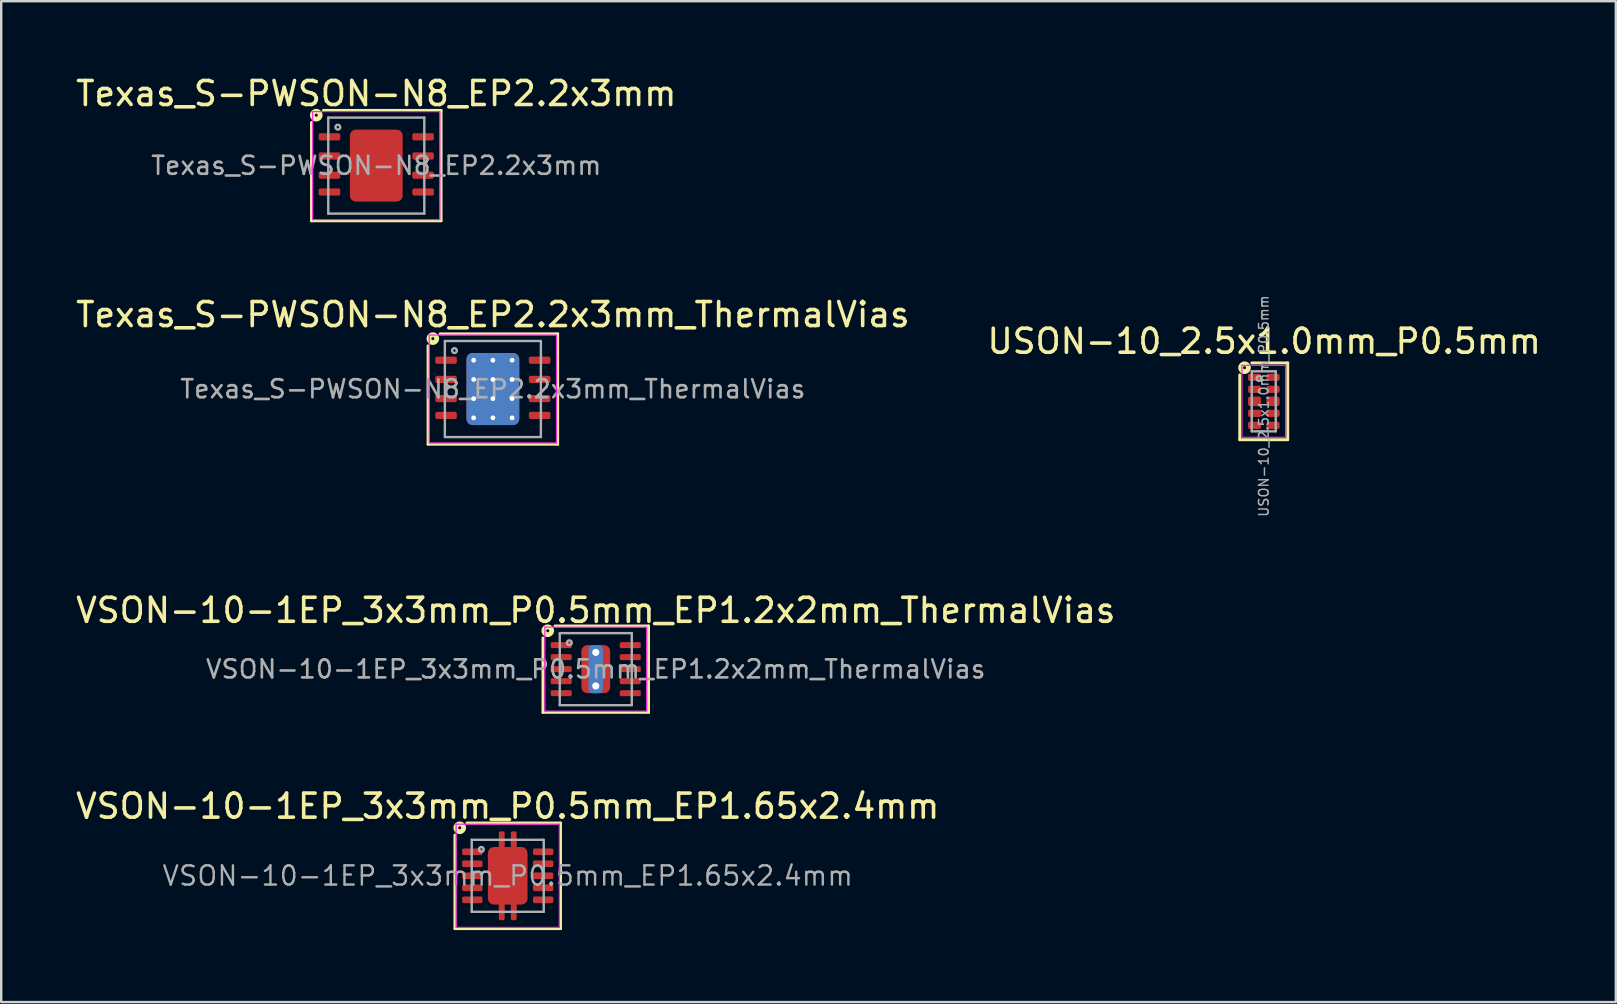
<source format=kicad_pcb>
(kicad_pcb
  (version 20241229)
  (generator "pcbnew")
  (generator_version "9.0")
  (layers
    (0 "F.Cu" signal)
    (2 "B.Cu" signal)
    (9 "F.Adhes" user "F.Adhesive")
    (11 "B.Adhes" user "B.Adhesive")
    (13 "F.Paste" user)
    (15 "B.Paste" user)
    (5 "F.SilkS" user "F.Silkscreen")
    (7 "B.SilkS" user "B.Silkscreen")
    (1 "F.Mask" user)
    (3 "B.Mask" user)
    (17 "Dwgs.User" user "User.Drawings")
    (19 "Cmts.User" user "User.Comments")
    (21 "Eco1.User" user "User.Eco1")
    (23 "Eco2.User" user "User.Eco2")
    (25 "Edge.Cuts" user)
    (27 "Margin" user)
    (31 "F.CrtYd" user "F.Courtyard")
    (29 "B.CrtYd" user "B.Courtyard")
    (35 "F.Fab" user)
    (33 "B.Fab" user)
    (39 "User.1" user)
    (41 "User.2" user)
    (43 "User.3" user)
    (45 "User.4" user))
  (footprint "Texas_S-PWSON-N8_EP2.2x3mm"
    (layer "F.Cu")
    (at 12.625 3.848)
    (property "Reference" "Texas_S-PWSON-N8_EP2.2x3mm" (at 0 -3 0) (layer "F.SilkS") (effects (font (size 1 1) (thickness 0.15))))
    (attr smd)
    (fp_line (start -2.7 2.3) (end -2.7 -1.8) (stroke (width 0.12) (type solid)) (layer "F.SilkS"))
    (fp_line (start -2.2 -2.3) (end 2.7 -2.3) (stroke (width 0.12) (type solid)) (layer "F.SilkS"))
    (fp_line (start 2.7 -2.3) (end 2.7 2.3) (stroke (width 0.12) (type solid)) (layer "F.SilkS"))
    (fp_line (start 2.7 2.3) (end -2.7 2.3) (stroke (width 0.12) (type solid)) (layer "F.SilkS"))
    (fp_circle (center -2.5 -2.1) (end -2.437 -2.1) (stroke (width 0.2) (type solid)) (fill no) (layer "F.SilkS"))
    (fp_rect (start -2.65 -2.25) (end 2.65 2.25) (stroke (width 0.05) (type solid)) (fill no) (layer "F.CrtYd"))
    (fp_line (start -2 -2) (end 2 -2) (stroke (width 0.1) (type solid)) (layer "F.Fab"))
    (fp_line (start -2 2) (end -2 -2) (stroke (width 0.1) (type solid)) (layer "F.Fab"))
    (fp_line (start 2 -2) (end 2 2) (stroke (width 0.1) (type solid)) (layer "F.Fab"))
    (fp_line (start 2 2) (end -2 2) (stroke (width 0.1) (type solid)) (layer "F.Fab"))
    (fp_circle (center -1.6 -1.6) (end -1.5 -1.6) (stroke (width 0.1) (type solid)) (fill no) (layer "F.Fab"))
    (fp_text user "${REFERENCE}" (at 0 0 0) (layer "F.Fab") (effects (font (size 0.75 0.75) (thickness 0.11))))
    (pad "" smd roundrect (at -0.6 -0.8) (size 0.9 1.3) (layers "F.Paste") (roundrect_rratio 0.25))
    (pad "" smd roundrect (at -0.6 0.8) (size 0.9 1.3) (layers "F.Paste") (roundrect_rratio 0.25))
    (pad "" smd roundrect (at 0.6 -0.8) (size 0.9 1.3) (layers "F.Paste") (roundrect_rratio 0.25))
    (pad "" smd roundrect (at 0.6 0.8) (size 0.9 1.3) (layers "F.Paste") (roundrect_rratio 0.25))
    (pad "1" smd roundrect (at -1.95 -1.2) (size 0.9 0.3) (layers "F.Cu" "F.Mask" "F.Paste") (roundrect_rratio 0.25))
    (pad "2" smd roundrect (at -1.95 -0.4) (size 0.9 0.3) (layers "F.Cu" "F.Mask" "F.Paste") (roundrect_rratio 0.25))
    (pad "3" smd roundrect (at -1.95 0.4) (size 0.9 0.3) (layers "F.Cu" "F.Mask" "F.Paste") (roundrect_rratio 0.25))
    (pad "4" smd roundrect (at -1.95 1.1) (size 0.9 0.3) (layers "F.Cu" "F.Mask" "F.Paste") (roundrect_rratio 0.25))
    (pad "5" smd roundrect (at 1.95 1.1) (size 0.9 0.3) (layers "F.Cu" "F.Mask" "F.Paste") (roundrect_rratio 0.25))
    (pad "6" smd roundrect (at 1.95 0.4) (size 0.9 0.3) (layers "F.Cu" "F.Mask" "F.Paste") (roundrect_rratio 0.25))
    (pad "7" smd roundrect (at 1.95 -0.4) (size 0.9 0.3) (layers "F.Cu" "F.Mask" "F.Paste") (roundrect_rratio 0.25))
    (pad "8" smd roundrect (at 1.95 -1.2) (size 0.9 0.3) (layers "F.Cu" "F.Mask" "F.Paste") (roundrect_rratio 0.25))
    (pad "9" smd roundrect (at 0 0) (size 2.2 3) (layers "F.Cu" "F.Mask") (roundrect_rratio 0.114)))
  (footprint "Texas_S-PWSON-N8_EP2.2x3mm_ThermalVias"
    (layer "F.Cu")
    (at 17.482 13.156)
    (property "Reference" "Texas_S-PWSON-N8_EP2.2x3mm_ThermalVias" (at 0 -3.1 0) (layer "F.SilkS") (effects (font (size 1 1) (thickness 0.15))))
    (attr smd)
    (fp_line (start -2.7 2.3) (end -2.7 -1.8) (stroke (width 0.12) (type solid)) (layer "F.SilkS"))
    (fp_line (start -2.2 -2.3) (end 2.7 -2.3) (stroke (width 0.12) (type solid)) (layer "F.SilkS"))
    (fp_line (start 2.7 -2.3) (end 2.7 2.3) (stroke (width 0.12) (type solid)) (layer "F.SilkS"))
    (fp_line (start 2.7 2.3) (end -2.7 2.3) (stroke (width 0.12) (type solid)) (layer "F.SilkS"))
    (fp_circle (center -2.5 -2.1) (end -2.437 -2.1) (stroke (width 0.2) (type solid)) (fill no) (layer "F.SilkS"))
    (fp_rect (start -2.65 -2.25) (end 2.65 2.25) (stroke (width 0.05) (type solid)) (fill no) (layer "F.CrtYd"))
    (fp_line (start -2 -2) (end 2 -2) (stroke (width 0.1) (type solid)) (layer "F.Fab"))
    (fp_line (start -2 2) (end -2 -2) (stroke (width 0.1) (type solid)) (layer "F.Fab"))
    (fp_line (start 2 -2) (end 2 2) (stroke (width 0.1) (type solid)) (layer "F.Fab"))
    (fp_line (start 2 2) (end -2 2) (stroke (width 0.1) (type solid)) (layer "F.Fab"))
    (fp_circle (center -1.6 -1.6) (end -1.5 -1.6) (stroke (width 0.1) (type solid)) (fill no) (layer "F.Fab"))
    (fp_text user "${REFERENCE}" (at 0 0 0) (layer "F.Fab") (effects (font (size 0.75 0.75) (thickness 0.11))))
    (pad "" smd roundrect (at -0.6 -0.8) (size 0.9 1.3) (layers "F.Paste") (roundrect_rratio 0.25))
    (pad "" smd roundrect (at -0.6 0.8) (size 0.9 1.3) (layers "F.Paste") (roundrect_rratio 0.25))
    (pad "" smd roundrect (at 0.6 -0.8) (size 0.9 1.3) (layers "F.Paste") (roundrect_rratio 0.25))
    (pad "" smd roundrect (at 0.6 0.8) (size 0.9 1.3) (layers "F.Paste") (roundrect_rratio 0.25))
    (pad "1" smd roundrect (at -1.95 -1.2) (size 0.9 0.3) (layers "F.Cu" "F.Mask" "F.Paste") (roundrect_rratio 0.25))
    (pad "2" smd roundrect (at -1.95 -0.4) (size 0.9 0.3) (layers "F.Cu" "F.Mask" "F.Paste") (roundrect_rratio 0.25))
    (pad "3" smd roundrect (at -1.95 0.4) (size 0.9 0.3) (layers "F.Cu" "F.Mask" "F.Paste") (roundrect_rratio 0.25))
    (pad "4" smd roundrect (at -1.95 1.1) (size 0.9 0.3) (layers "F.Cu" "F.Mask" "F.Paste") (roundrect_rratio 0.25))
    (pad "5" smd roundrect (at 1.95 1.1) (size 0.9 0.3) (layers "F.Cu" "F.Mask" "F.Paste") (roundrect_rratio 0.25))
    (pad "6" smd roundrect (at 1.95 0.4) (size 0.9 0.3) (layers "F.Cu" "F.Mask" "F.Paste") (roundrect_rratio 0.25))
    (pad "7" smd roundrect (at 1.95 -0.4) (size 0.9 0.3) (layers "F.Cu" "F.Mask" "F.Paste") (roundrect_rratio 0.25))
    (pad "8" smd roundrect (at 1.95 -1.2) (size 0.9 0.3) (layers "F.Cu" "F.Mask" "F.Paste") (roundrect_rratio 0.25))
    (pad "9" thru_hole circle (at -0.8 -1.2) (size 0.5 0.5) (drill 0.2) (property pad_prop_heatsink) (layers "*.Cu"))
    (pad "9" thru_hole circle (at -0.8 -0.4) (size 0.5 0.5) (drill 0.2) (property pad_prop_heatsink) (layers "*.Cu"))
    (pad "9" thru_hole circle (at -0.8 0.4) (size 0.5 0.5) (drill 0.2) (property pad_prop_heatsink) (layers "*.Cu"))
    (pad "9" thru_hole circle (at -0.8 1.2) (size 0.5 0.5) (drill 0.2) (property pad_prop_heatsink) (layers "*.Cu"))
    (pad "9" thru_hole circle (at 0 -1.2) (size 0.5 0.5) (drill 0.2) (property pad_prop_heatsink) (layers "*.Cu"))
    (pad "9" thru_hole circle (at 0 -0.4) (size 0.5 0.5) (drill 0.2) (property pad_prop_heatsink) (layers "*.Cu"))
    (pad "9" smd roundrect (at 0 0) (size 2.2 3) (layers "F.Cu" "F.Mask") (roundrect_rratio 0.114))
    (pad "9" smd roundrect (at 0 0) (size 2.2 3) (layers "B.Cu" "B.Mask") (roundrect_rratio 0.114))
    (pad "9" thru_hole circle (at 0 0.4) (size 0.5 0.5) (drill 0.2) (property pad_prop_heatsink) (layers "*.Cu"))
    (pad "9" thru_hole circle (at 0 1.2) (size 0.5 0.5) (drill 0.2) (property pad_prop_heatsink) (layers "*.Cu"))
    (pad "9" thru_hole circle (at 0.8 -1.2) (size 0.5 0.5) (drill 0.2) (property pad_prop_heatsink) (layers "*.Cu"))
    (pad "9" thru_hole circle (at 0.8 -0.4) (size 0.5 0.5) (drill 0.2) (property pad_prop_heatsink) (layers "*.Cu"))
    (pad "9" thru_hole circle (at 0.8 0.4) (size 0.5 0.5) (drill 0.2) (property pad_prop_heatsink) (layers "*.Cu"))
    (pad "9" thru_hole circle (at 0.8 1.2) (size 0.5 0.5) (drill 0.2) (property pad_prop_heatsink) (layers "*.Cu")))
  (footprint "USON-10_2.5x1.0mm_P0.5mm"
    (layer "F.Cu")
    (at 49.595 13.668)
    (property "Reference" "USON-10_2.5x1.0mm_P0.5mm" (at 0.018 -2.5 0) (layer "F.SilkS") (effects (font (size 1 1) (thickness 0.15))))
    (attr smd)
    (fp_line (start -1 1.6) (end -1 -1.1) (stroke (width 0.12) (type solid)) (layer "F.SilkS"))
    (fp_line (start -0.5 -1.6) (end 1 -1.6) (stroke (width 0.12) (type solid)) (layer "F.SilkS"))
    (fp_line (start 1 -1.6) (end 1 1.6) (stroke (width 0.12) (type solid)) (layer "F.SilkS"))
    (fp_line (start 1 1.6) (end -1 1.6) (stroke (width 0.12) (type solid)) (layer "F.SilkS"))
    (fp_circle (center -0.8 -1.4) (end -0.737 -1.4) (stroke (width 0.2) (type solid)) (fill no) (layer "F.SilkS"))
    (fp_line (start -0.91 -1.5) (end 0.91 -1.5) (stroke (width 0.05) (type solid)) (layer "F.CrtYd"))
    (fp_line (start -0.91 1.5) (end -0.91 -1.5) (stroke (width 0.05) (type solid)) (layer "F.CrtYd"))
    (fp_line (start 0.91 -1.5) (end 0.91 1.5) (stroke (width 0.05) (type solid)) (layer "F.CrtYd"))
    (fp_line (start 0.91 1.5) (end -0.91 1.5) (stroke (width 0.05) (type solid)) (layer "F.CrtYd"))
    (fp_line (start -0.5 -1.25) (end -0.5 1.25) (stroke (width 0.1) (type solid)) (layer "F.Fab"))
    (fp_line (start -0.5 1.25) (end 0.5 1.25) (stroke (width 0.1) (type solid)) (layer "F.Fab"))
    (fp_line (start 0.5 -1.25) (end -0.5 -1.25) (stroke (width 0.1) (type solid)) (layer "F.Fab"))
    (fp_line (start 0.5 -1.25) (end 0.5 1.25) (stroke (width 0.1) (type solid)) (layer "F.Fab"))
    (fp_circle (center -0.2 -0.95) (end -0.1 -0.95) (stroke (width 0.1) (type solid)) (fill no) (layer "F.Fab"))
    (fp_text user "${REFERENCE}" (at 0 0.2 90) (layer "F.Fab") (effects (font (size 0.4 0.4) (thickness 0.06))))
    (pad "1" smd roundrect (at -0.385 -1 270) (size 0.3 0.55) (layers "F.Cu" "F.Mask" "F.Paste") (roundrect_rratio 0.25))
    (pad "2" smd roundrect (at -0.385 -0.5 270) (size 0.3 0.55) (layers "F.Cu" "F.Mask" "F.Paste") (roundrect_rratio 0.25))
    (pad "3" smd roundrect (at -0.385 0 270) (size 0.4 0.55) (layers "F.Cu" "F.Mask" "F.Paste") (roundrect_rratio 0.25))
    (pad "4" smd roundrect (at -0.385 0.5 270) (size 0.3 0.55) (layers "F.Cu" "F.Mask" "F.Paste") (roundrect_rratio 0.25))
    (pad "5" smd roundrect (at -0.385 1 270) (size 0.3 0.55) (layers "F.Cu" "F.Mask" "F.Paste") (roundrect_rratio 0.25))
    (pad "6" smd roundrect (at 0.385 1 270) (size 0.3 0.55) (layers "F.Cu" "F.Mask" "F.Paste") (roundrect_rratio 0.25))
    (pad "7" smd roundrect (at 0.385 0.5 270) (size 0.3 0.55) (layers "F.Cu" "F.Mask" "F.Paste") (roundrect_rratio 0.25))
    (pad "8" smd roundrect (at 0.385 0 270) (size 0.4 0.55) (layers "F.Cu" "F.Mask" "F.Paste") (roundrect_rratio 0.25))
    (pad "9" smd roundrect (at 0.385 -0.5 270) (size 0.3 0.55) (layers "F.Cu" "F.Mask" "F.Paste") (roundrect_rratio 0.25))
    (pad "10" smd roundrect (at 0.385 -1 270) (size 0.3 0.55) (layers "F.Cu" "F.Mask" "F.Paste") (roundrect_rratio 0.25)))
  (footprint "VSON-10-1EP_3x3mm_P0.5mm_EP1.2x2mm_ThermalVias"
    (layer "F.Cu")
    (at 21.768 24.826)
    (property "Reference" "VSON-10-1EP_3x3mm_P0.5mm_EP1.2x2mm_ThermalVias" (at 0 -2.45 0) (layer "F.SilkS") (effects (font (size 1 1) (thickness 0.15))))
    (attr smd)
    (fp_line (start -2.2 1.8) (end -2.2 -1.3) (stroke (width 0.12) (type solid)) (layer "F.SilkS"))
    (fp_line (start -1.7 -1.8) (end 2.2 -1.8) (stroke (width 0.12) (type solid)) (layer "F.SilkS"))
    (fp_line (start 2.2 -1.8) (end 2.2 1.8) (stroke (width 0.12) (type solid)) (layer "F.SilkS"))
    (fp_line (start 2.2 1.8) (end -2.2 1.8) (stroke (width 0.12) (type solid)) (layer "F.SilkS"))
    (fp_circle (center -2 -1.6) (end -1.937 -1.6) (stroke (width 0.2) (type solid)) (fill no) (layer "F.SilkS"))
    (fp_line (start -2.12 -1.75) (end -2.12 1.75) (stroke (width 0.05) (type solid)) (layer "F.CrtYd"))
    (fp_line (start -2.12 1.75) (end 2.12 1.75) (stroke (width 0.05) (type solid)) (layer "F.CrtYd"))
    (fp_line (start 2.12 -1.75) (end -2.12 -1.75) (stroke (width 0.05) (type solid)) (layer "F.CrtYd"))
    (fp_line (start 2.12 1.75) (end 2.12 -1.75) (stroke (width 0.05) (type solid)) (layer "F.CrtYd"))
    (fp_line (start -1.5 -1.5) (end 1.5 -1.5) (stroke (width 0.1) (type solid)) (layer "F.Fab"))
    (fp_line (start -1.5 1.5) (end -1.5 -1.5) (stroke (width 0.1) (type solid)) (layer "F.Fab"))
    (fp_line (start 1.5 -1.5) (end 1.5 1.5) (stroke (width 0.1) (type solid)) (layer "F.Fab"))
    (fp_line (start 1.5 1.5) (end -1.5 1.5) (stroke (width 0.1) (type solid)) (layer "F.Fab"))
    (fp_circle (center -1.1 -1.1) (end -1 -1.1) (stroke (width 0.1) (type solid)) (fill no) (layer "F.Fab"))
    (fp_text user "${REFERENCE}" (at 0 0 0) (layer "F.Fab") (effects (font (size 0.75 0.75) (thickness 0.11))))
    (pad "" smd roundrect (at -0.3 -0.5) (size 0.52 0.87) (layers "F.Paste") (roundrect_rratio 0.25))
    (pad "" smd roundrect (at -0.3 0.5) (size 0.52 0.87) (layers "F.Paste") (roundrect_rratio 0.25))
    (pad "" smd roundrect (at 0.3 -0.5) (size 0.52 0.87) (layers "F.Paste") (roundrect_rratio 0.25))
    (pad "" smd roundrect (at 0.3 0.5) (size 0.52 0.87) (layers "F.Paste") (roundrect_rratio 0.25))
    (pad "1" smd roundrect (at -1.438 -1) (size 0.875 0.25) (layers "F.Cu" "F.Mask" "F.Paste") (roundrect_rratio 0.25))
    (pad "2" smd roundrect (at -1.438 -0.5) (size 0.875 0.25) (layers "F.Cu" "F.Mask" "F.Paste") (roundrect_rratio 0.25))
    (pad "3" smd roundrect (at -1.438 0) (size 0.875 0.25) (layers "F.Cu" "F.Mask" "F.Paste") (roundrect_rratio 0.25))
    (pad "4" smd roundrect (at -1.438 0.5) (size 0.875 0.25) (layers "F.Cu" "F.Mask" "F.Paste") (roundrect_rratio 0.25))
    (pad "5" smd roundrect (at -1.438 1) (size 0.875 0.25) (layers "F.Cu" "F.Mask" "F.Paste") (roundrect_rratio 0.25))
    (pad "6" smd roundrect (at 1.438 1) (size 0.875 0.25) (layers "F.Cu" "F.Mask" "F.Paste") (roundrect_rratio 0.25))
    (pad "7" smd roundrect (at 1.438 0.5) (size 0.875 0.25) (layers "F.Cu" "F.Mask" "F.Paste") (roundrect_rratio 0.25))
    (pad "8" smd roundrect (at 1.438 0) (size 0.875 0.25) (layers "F.Cu" "F.Mask" "F.Paste") (roundrect_rratio 0.25))
    (pad "9" smd roundrect (at 1.438 -0.5) (size 0.875 0.25) (layers "F.Cu" "F.Mask" "F.Paste") (roundrect_rratio 0.25))
    (pad "10" smd roundrect (at 1.438 -1) (size 0.875 0.25) (layers "F.Cu" "F.Mask" "F.Paste") (roundrect_rratio 0.25))
    (pad "11" thru_hole circle (at 0 -0.7) (size 0.6 0.6) (drill 0.3) (property pad_prop_heatsink) (layers "*.Cu"))
    (pad "11" smd roundrect (at 0 0) (size 0.6 2) (layers "B.Cu" "B.Mask") (roundrect_rratio 0.25))
    (pad "11" smd roundrect (at 0 0) (size 1.2 2) (layers "F.Cu" "F.Mask") (roundrect_rratio 0.208))
    (pad "11" thru_hole circle (at 0 0.7) (size 0.6 0.6) (drill 0.3) (property pad_prop_heatsink) (layers "*.Cu")))
  (footprint "VSON-10-1EP_3x3mm_P0.5mm_EP1.65x2.4mm"
    (layer "F.Cu")
    (at 18.101 33.434)
    (property "Reference" "VSON-10-1EP_3x3mm_P0.5mm_EP1.65x2.4mm" (at 0 -2.9 0) (layer "F.SilkS") (effects (font (size 1 1) (thickness 0.15))))
    (attr smd)
    (fp_line (start -2.2 2.2) (end -2.2 -1.7) (stroke (width 0.12) (type solid)) (layer "F.SilkS"))
    (fp_line (start -1.7 -2.2) (end 2.2 -2.2) (stroke (width 0.12) (type solid)) (layer "F.SilkS"))
    (fp_line (start 2.2 -2.2) (end 2.2 2.2) (stroke (width 0.12) (type solid)) (layer "F.SilkS"))
    (fp_line (start 2.2 2.2) (end -2.2 2.2) (stroke (width 0.12) (type solid)) (layer "F.SilkS"))
    (fp_circle (center -2 -2) (end -1.937 -2) (stroke (width 0.2) (type solid)) (fill no) (layer "F.SilkS"))
    (fp_line (start -2.15 -2.15) (end 2.15 -2.15) (stroke (width 0.05) (type solid)) (layer "F.CrtYd"))
    (fp_line (start -2.15 2.15) (end -2.15 -2.15) (stroke (width 0.05) (type solid)) (layer "F.CrtYd"))
    (fp_line (start 2.15 -2.15) (end 2.15 2.15) (stroke (width 0.05) (type solid)) (layer "F.CrtYd"))
    (fp_line (start 2.15 2.15) (end -2.15 2.15) (stroke (width 0.05) (type solid)) (layer "F.CrtYd"))
    (fp_line (start -1.5 -1.5) (end -1.5 1.5) (stroke (width 0.1) (type solid)) (layer "F.Fab"))
    (fp_line (start -1.5 -1.5) (end 1.5 -1.5) (stroke (width 0.1) (type solid)) (layer "F.Fab"))
    (fp_line (start -1.5 1.5) (end 1.5 1.5) (stroke (width 0.1) (type solid)) (layer "F.Fab"))
    (fp_line (start 1.5 -1.5) (end 1.5 1.5) (stroke (width 0.1) (type solid)) (layer "F.Fab"))
    (fp_circle (center -1.1 -1.1) (end -1 -1.1) (stroke (width 0.1) (type solid)) (fill no) (layer "F.Fab"))
    (fp_text user "${REFERENCE}" (at 0 0 0) (layer "F.Fab") (effects (font (size 0.8 0.8) (thickness 0.1))))
    (pad "" smd roundrect (at 0 -0.6) (size 1.5 1) (layers "F.Paste") (roundrect_rratio 0.1))
    (pad "" smd roundrect (at 0 0.6) (size 1.5 1) (layers "F.Paste") (roundrect_rratio 0.1))
    (pad "1" smd roundrect (at -1.475 -1) (size 0.85 0.28) (layers "F.Cu" "F.Mask" "F.Paste") (roundrect_rratio 0.25))
    (pad "2" smd roundrect (at -1.475 -0.5) (size 0.85 0.28) (layers "F.Cu" "F.Mask" "F.Paste") (roundrect_rratio 0.25))
    (pad "3" smd roundrect (at -1.475 0) (size 0.85 0.28) (layers "F.Cu" "F.Mask" "F.Paste") (roundrect_rratio 0.25))
    (pad "4" smd roundrect (at -1.475 0.5) (size 0.85 0.28) (layers "F.Cu" "F.Mask" "F.Paste") (roundrect_rratio 0.25))
    (pad "5" smd roundrect (at -1.475 1) (size 0.85 0.28) (layers "F.Cu" "F.Mask" "F.Paste") (roundrect_rratio 0.25))
    (pad "6" smd roundrect (at 1.475 1) (size 0.85 0.28) (layers "F.Cu" "F.Mask" "F.Paste") (roundrect_rratio 0.25))
    (pad "7" smd roundrect (at 1.475 0.5) (size 0.85 0.28) (layers "F.Cu" "F.Mask" "F.Paste") (roundrect_rratio 0.25))
    (pad "8" smd roundrect (at 1.475 0) (size 0.85 0.28) (layers "F.Cu" "F.Mask" "F.Paste") (roundrect_rratio 0.25))
    (pad "9" smd roundrect (at 1.475 -0.5) (size 0.85 0.28) (layers "F.Cu" "F.Mask" "F.Paste") (roundrect_rratio 0.25))
    (pad "10" smd roundrect (at 1.475 -1) (size 0.85 0.28) (layers "F.Cu" "F.Mask" "F.Paste") (roundrect_rratio 0.25))
    (pad "11" smd roundrect (at -0.25 -1.55 90) (size 0.6 0.24) (layers "F.Cu" "F.Mask" "F.Paste") (roundrect_rratio 0.25))
    (pad "11" smd rect (at -0.25 -1.24 90) (size 0.5 0.24) (layers "F.Cu" "F.Mask"))
    (pad "11" smd rect (at -0.25 1.18 90) (size 0.5 0.24) (layers "F.Cu" "F.Mask"))
    (pad "11" smd roundrect (at -0.25 1.55 90) (size 0.6 0.24) (layers "F.Cu" "F.Mask" "F.Paste") (roundrect_rratio 0.25))
    (pad "11" smd roundrect (at 0 0) (size 1.65 2.4) (layers "F.Cu" "F.Mask") (roundrect_rratio 0.152))
    (pad "11" smd roundrect (at 0.25 -1.55 90) (size 0.6 0.24) (layers "F.Cu" "F.Mask" "F.Paste") (roundrect_rratio 0.25))
    (pad "11" smd rect (at 0.25 -1.22 90) (size 0.5 0.24) (layers "F.Cu" "F.Mask"))
    (pad "11" smd rect (at 0.25 1.16 90) (size 0.5 0.24) (layers "F.Cu" "F.Mask"))
    (pad "11" smd roundrect (at 0.25 1.55 90) (size 0.6 0.24) (layers "F.Cu" "F.Mask" "F.Paste") (roundrect_rratio 0.25)))
  (gr_rect
    (start -3 -3)
    (end 64.262 38.694)
    (stroke (width 0.1) (type default))
    (fill no)
    (layer "Edge.Cuts")))
</source>
